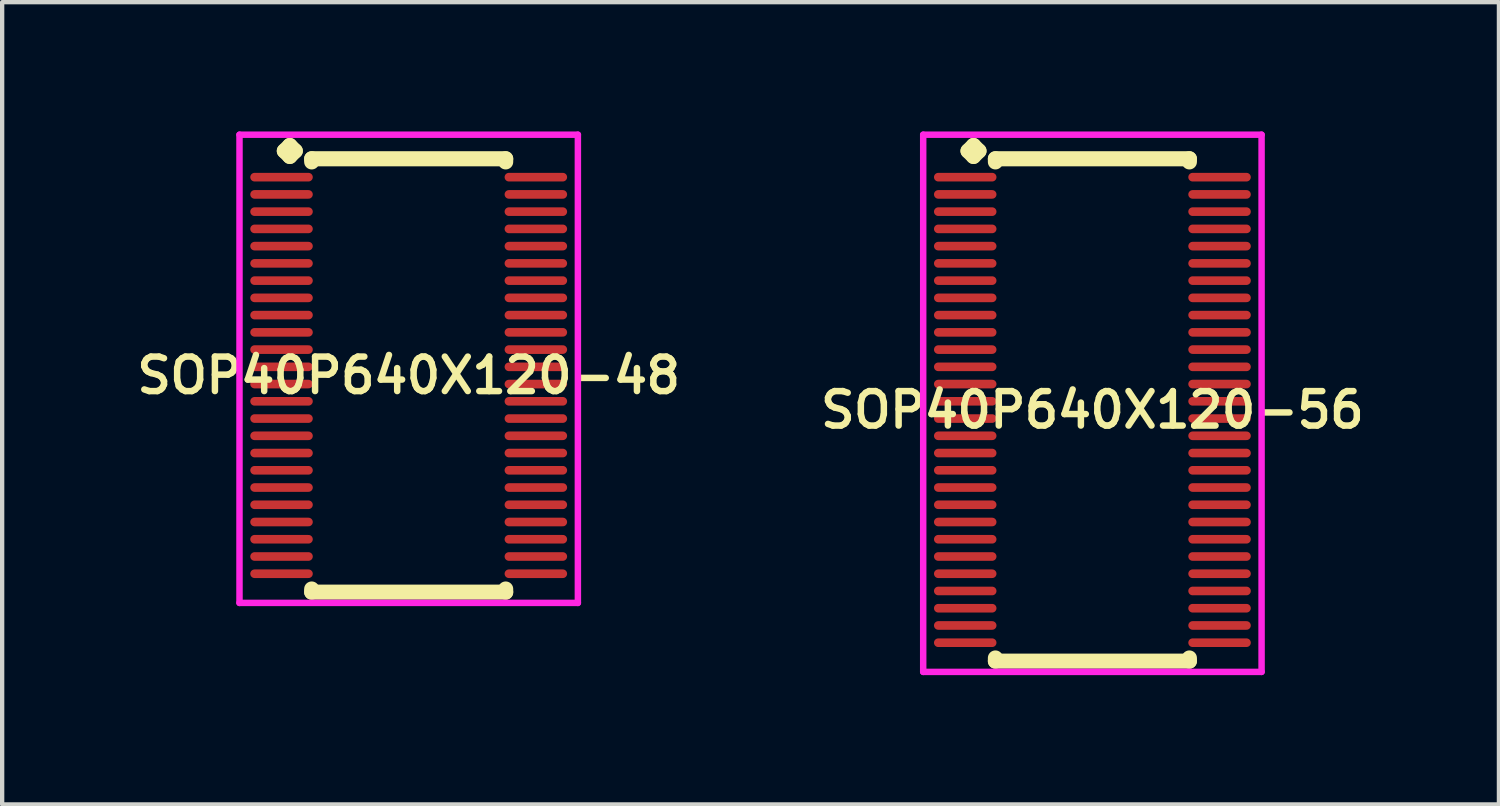
<source format=kicad_pcb>
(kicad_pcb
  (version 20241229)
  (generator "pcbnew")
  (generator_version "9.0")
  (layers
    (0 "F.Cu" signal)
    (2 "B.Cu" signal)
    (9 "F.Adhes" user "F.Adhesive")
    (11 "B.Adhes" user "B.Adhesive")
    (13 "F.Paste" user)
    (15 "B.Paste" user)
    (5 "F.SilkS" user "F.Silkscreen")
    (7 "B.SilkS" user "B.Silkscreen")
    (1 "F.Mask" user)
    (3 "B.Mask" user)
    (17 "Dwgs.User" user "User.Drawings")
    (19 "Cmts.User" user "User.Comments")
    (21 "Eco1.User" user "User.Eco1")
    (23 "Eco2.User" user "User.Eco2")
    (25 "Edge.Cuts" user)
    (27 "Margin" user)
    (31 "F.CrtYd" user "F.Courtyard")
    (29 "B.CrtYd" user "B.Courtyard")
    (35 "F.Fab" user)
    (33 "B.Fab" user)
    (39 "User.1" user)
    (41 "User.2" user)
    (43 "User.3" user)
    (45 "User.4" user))
  (footprint "SOP40P640X120-48"
    (layer "F.Cu")
    (at 6.431 5.66)
    (property "Reference" "SOP40P640X120-48" (at 0 0 0) (layer "F.SilkS") (effects (font (size 0.8 0.8) (thickness 0.15))))
    (attr smd)
    (fp_line (start -2.885 -5.208) (end -2.758 -5.335) (stroke (width 0.35) (type solid)) (layer "F.SilkS"))
    (fp_line (start -2.758 -5.335) (end -2.631 -5.208) (stroke (width 0.35) (type solid)) (layer "F.SilkS"))
    (fp_line (start -2.758 -5.081) (end -2.885 -5.208) (stroke (width 0.35) (type solid)) (layer "F.SilkS"))
    (fp_line (start -2.631 -5.208) (end -2.758 -5.081) (stroke (width 0.35) (type solid)) (layer "F.SilkS"))
    (fp_line (start -2.25 -5.027) (end 2.25 -5.027) (stroke (width 0.35) (type solid)) (layer "F.SilkS"))
    (fp_line (start -2.25 -4.954) (end -2.25 -5.027) (stroke (width 0.35) (type solid)) (layer "F.SilkS"))
    (fp_line (start -2.25 4.954) (end -2.25 5.027) (stroke (width 0.35) (type solid)) (layer "F.SilkS"))
    (fp_line (start -2.25 5.027) (end 2.25 5.027) (stroke (width 0.35) (type solid)) (layer "F.SilkS"))
    (fp_line (start 2.25 -5.027) (end 2.25 -4.954) (stroke (width 0.35) (type solid)) (layer "F.SilkS"))
    (fp_line (start 2.25 5.027) (end 2.25 4.954) (stroke (width 0.35) (type solid)) (layer "F.SilkS"))
    (fp_line (start -3.925 -5.585) (end 3.925 -5.585) (stroke (width 0.15) (type solid)) (layer "F.CrtYd"))
    (fp_line (start -3.925 5.277) (end -3.925 -5.585) (stroke (width 0.15) (type solid)) (layer "F.CrtYd"))
    (fp_line (start 3.925 -5.585) (end 3.925 5.277) (stroke (width 0.15) (type solid)) (layer "F.CrtYd"))
    (fp_line (start 3.925 5.277) (end -3.925 5.277) (stroke (width 0.15) (type solid)) (layer "F.CrtYd"))
    (pad "1" smd oval (at -2.95 -4.6) (size 1.45 0.2) (layers "F.Cu" "F.Mask" "F.Paste"))
    (pad "2" smd oval (at -2.95 -4.2) (size 1.45 0.2) (layers "F.Cu" "F.Mask" "F.Paste"))
    (pad "3" smd oval (at -2.95 -3.8) (size 1.45 0.2) (layers "F.Cu" "F.Mask" "F.Paste"))
    (pad "4" smd oval (at -2.95 -3.4) (size 1.45 0.2) (layers "F.Cu" "F.Mask" "F.Paste"))
    (pad "5" smd oval (at -2.95 -3) (size 1.45 0.2) (layers "F.Cu" "F.Mask" "F.Paste"))
    (pad "6" smd oval (at -2.95 -2.6) (size 1.45 0.2) (layers "F.Cu" "F.Mask" "F.Paste"))
    (pad "7" smd oval (at -2.95 -2.2) (size 1.45 0.2) (layers "F.Cu" "F.Mask" "F.Paste"))
    (pad "8" smd oval (at -2.95 -1.8) (size 1.45 0.2) (layers "F.Cu" "F.Mask" "F.Paste"))
    (pad "9" smd oval (at -2.95 -1.4) (size 1.45 0.2) (layers "F.Cu" "F.Mask" "F.Paste"))
    (pad "10" smd oval (at -2.95 -1) (size 1.45 0.2) (layers "F.Cu" "F.Mask" "F.Paste"))
    (pad "11" smd oval (at -2.95 -0.6) (size 1.45 0.2) (layers "F.Cu" "F.Mask" "F.Paste"))
    (pad "12" smd oval (at -2.95 -0.2) (size 1.45 0.2) (layers "F.Cu" "F.Mask" "F.Paste"))
    (pad "13" smd oval (at -2.95 0.2) (size 1.45 0.2) (layers "F.Cu" "F.Mask" "F.Paste"))
    (pad "14" smd oval (at -2.95 0.6) (size 1.45 0.2) (layers "F.Cu" "F.Mask" "F.Paste"))
    (pad "15" smd oval (at -2.95 1) (size 1.45 0.2) (layers "F.Cu" "F.Mask" "F.Paste"))
    (pad "16" smd oval (at -2.95 1.4) (size 1.45 0.2) (layers "F.Cu" "F.Mask" "F.Paste"))
    (pad "17" smd oval (at -2.95 1.8) (size 1.45 0.2) (layers "F.Cu" "F.Mask" "F.Paste"))
    (pad "18" smd oval (at -2.95 2.2) (size 1.45 0.2) (layers "F.Cu" "F.Mask" "F.Paste"))
    (pad "19" smd oval (at -2.95 2.6) (size 1.45 0.2) (layers "F.Cu" "F.Mask" "F.Paste"))
    (pad "20" smd oval (at -2.95 3) (size 1.45 0.2) (layers "F.Cu" "F.Mask" "F.Paste"))
    (pad "21" smd oval (at -2.95 3.4) (size 1.45 0.2) (layers "F.Cu" "F.Mask" "F.Paste"))
    (pad "22" smd oval (at -2.95 3.8) (size 1.45 0.2) (layers "F.Cu" "F.Mask" "F.Paste"))
    (pad "23" smd oval (at -2.95 4.2) (size 1.45 0.2) (layers "F.Cu" "F.Mask" "F.Paste"))
    (pad "24" smd oval (at -2.95 4.6) (size 1.45 0.2) (layers "F.Cu" "F.Mask" "F.Paste"))
    (pad "25" smd oval (at 2.95 4.6) (size 1.45 0.2) (layers "F.Cu" "F.Mask" "F.Paste"))
    (pad "26" smd oval (at 2.95 4.2) (size 1.45 0.2) (layers "F.Cu" "F.Mask" "F.Paste"))
    (pad "27" smd oval (at 2.95 3.8) (size 1.45 0.2) (layers "F.Cu" "F.Mask" "F.Paste"))
    (pad "28" smd oval (at 2.95 3.4) (size 1.45 0.2) (layers "F.Cu" "F.Mask" "F.Paste"))
    (pad "29" smd oval (at 2.95 3) (size 1.45 0.2) (layers "F.Cu" "F.Mask" "F.Paste"))
    (pad "30" smd oval (at 2.95 2.6) (size 1.45 0.2) (layers "F.Cu" "F.Mask" "F.Paste"))
    (pad "31" smd oval (at 2.95 2.2) (size 1.45 0.2) (layers "F.Cu" "F.Mask" "F.Paste"))
    (pad "32" smd oval (at 2.95 1.8) (size 1.45 0.2) (layers "F.Cu" "F.Mask" "F.Paste"))
    (pad "33" smd oval (at 2.95 1.4) (size 1.45 0.2) (layers "F.Cu" "F.Mask" "F.Paste"))
    (pad "34" smd oval (at 2.95 1) (size 1.45 0.2) (layers "F.Cu" "F.Mask" "F.Paste"))
    (pad "35" smd oval (at 2.95 0.6) (size 1.45 0.2) (layers "F.Cu" "F.Mask" "F.Paste"))
    (pad "36" smd oval (at 2.95 0.2) (size 1.45 0.2) (layers "F.Cu" "F.Mask" "F.Paste"))
    (pad "37" smd oval (at 2.95 -0.2) (size 1.45 0.2) (layers "F.Cu" "F.Mask" "F.Paste"))
    (pad "38" smd oval (at 2.95 -0.6) (size 1.45 0.2) (layers "F.Cu" "F.Mask" "F.Paste"))
    (pad "39" smd oval (at 2.95 -1) (size 1.45 0.2) (layers "F.Cu" "F.Mask" "F.Paste"))
    (pad "40" smd oval (at 2.95 -1.4) (size 1.45 0.2) (layers "F.Cu" "F.Mask" "F.Paste"))
    (pad "41" smd oval (at 2.95 -1.8) (size 1.45 0.2) (layers "F.Cu" "F.Mask" "F.Paste"))
    (pad "42" smd oval (at 2.95 -2.2) (size 1.45 0.2) (layers "F.Cu" "F.Mask" "F.Paste"))
    (pad "43" smd oval (at 2.95 -2.6) (size 1.45 0.2) (layers "F.Cu" "F.Mask" "F.Paste"))
    (pad "44" smd oval (at 2.95 -3) (size 1.45 0.2) (layers "F.Cu" "F.Mask" "F.Paste"))
    (pad "45" smd oval (at 2.95 -3.4) (size 1.45 0.2) (layers "F.Cu" "F.Mask" "F.Paste"))
    (pad "46" smd oval (at 2.95 -3.8) (size 1.45 0.2) (layers "F.Cu" "F.Mask" "F.Paste"))
    (pad "47" smd oval (at 2.95 -4.2) (size 1.45 0.2) (layers "F.Cu" "F.Mask" "F.Paste"))
    (pad "48" smd oval (at 2.95 -4.6) (size 1.45 0.2) (layers "F.Cu" "F.Mask" "F.Paste")))
  (footprint "SOP40P640X120-56"
    (layer "F.Cu")
    (at 22.292 6.46)
    (property "Reference" "SOP40P640X120-56" (at 0 0 0) (layer "F.SilkS") (effects (font (size 0.8 0.8) (thickness 0.15))))
    (attr smd)
    (fp_line (start -2.885 -6.008) (end -2.758 -6.135) (stroke (width 0.35) (type solid)) (layer "F.SilkS"))
    (fp_line (start -2.758 -6.135) (end -2.631 -6.008) (stroke (width 0.35) (type solid)) (layer "F.SilkS"))
    (fp_line (start -2.758 -5.881) (end -2.885 -6.008) (stroke (width 0.35) (type solid)) (layer "F.SilkS"))
    (fp_line (start -2.631 -6.008) (end -2.758 -5.881) (stroke (width 0.35) (type solid)) (layer "F.SilkS"))
    (fp_line (start -2.25 -5.827) (end 2.25 -5.827) (stroke (width 0.35) (type solid)) (layer "F.SilkS"))
    (fp_line (start -2.25 -5.754) (end -2.25 -5.827) (stroke (width 0.35) (type solid)) (layer "F.SilkS"))
    (fp_line (start -2.25 5.754) (end -2.25 5.827) (stroke (width 0.35) (type solid)) (layer "F.SilkS"))
    (fp_line (start -2.25 5.827) (end 2.25 5.827) (stroke (width 0.35) (type solid)) (layer "F.SilkS"))
    (fp_line (start 2.25 -5.827) (end 2.25 -5.754) (stroke (width 0.35) (type solid)) (layer "F.SilkS"))
    (fp_line (start 2.25 5.827) (end 2.25 5.754) (stroke (width 0.35) (type solid)) (layer "F.SilkS"))
    (fp_line (start -3.925 -6.385) (end 3.925 -6.385) (stroke (width 0.15) (type solid)) (layer "F.CrtYd"))
    (fp_line (start -3.925 6.077) (end -3.925 -6.385) (stroke (width 0.15) (type solid)) (layer "F.CrtYd"))
    (fp_line (start 3.925 -6.385) (end 3.925 6.077) (stroke (width 0.15) (type solid)) (layer "F.CrtYd"))
    (fp_line (start 3.925 6.077) (end -3.925 6.077) (stroke (width 0.15) (type solid)) (layer "F.CrtYd"))
    (pad "1" smd oval (at -2.95 -5.4) (size 1.45 0.2) (layers "F.Cu" "F.Mask" "F.Paste"))
    (pad "2" smd oval (at -2.95 -5) (size 1.45 0.2) (layers "F.Cu" "F.Mask" "F.Paste"))
    (pad "3" smd oval (at -2.95 -4.6) (size 1.45 0.2) (layers "F.Cu" "F.Mask" "F.Paste"))
    (pad "4" smd oval (at -2.95 -4.2) (size 1.45 0.2) (layers "F.Cu" "F.Mask" "F.Paste"))
    (pad "5" smd oval (at -2.95 -3.8) (size 1.45 0.2) (layers "F.Cu" "F.Mask" "F.Paste"))
    (pad "6" smd oval (at -2.95 -3.4) (size 1.45 0.2) (layers "F.Cu" "F.Mask" "F.Paste"))
    (pad "7" smd oval (at -2.95 -3) (size 1.45 0.2) (layers "F.Cu" "F.Mask" "F.Paste"))
    (pad "8" smd oval (at -2.95 -2.6) (size 1.45 0.2) (layers "F.Cu" "F.Mask" "F.Paste"))
    (pad "9" smd oval (at -2.95 -2.2) (size 1.45 0.2) (layers "F.Cu" "F.Mask" "F.Paste"))
    (pad "10" smd oval (at -2.95 -1.8) (size 1.45 0.2) (layers "F.Cu" "F.Mask" "F.Paste"))
    (pad "11" smd oval (at -2.95 -1.4) (size 1.45 0.2) (layers "F.Cu" "F.Mask" "F.Paste"))
    (pad "12" smd oval (at -2.95 -1) (size 1.45 0.2) (layers "F.Cu" "F.Mask" "F.Paste"))
    (pad "13" smd oval (at -2.95 -0.6) (size 1.45 0.2) (layers "F.Cu" "F.Mask" "F.Paste"))
    (pad "14" smd oval (at -2.95 -0.2) (size 1.45 0.2) (layers "F.Cu" "F.Mask" "F.Paste"))
    (pad "15" smd oval (at -2.95 0.2) (size 1.45 0.2) (layers "F.Cu" "F.Mask" "F.Paste"))
    (pad "16" smd oval (at -2.95 0.6) (size 1.45 0.2) (layers "F.Cu" "F.Mask" "F.Paste"))
    (pad "17" smd oval (at -2.95 1) (size 1.45 0.2) (layers "F.Cu" "F.Mask" "F.Paste"))
    (pad "18" smd oval (at -2.95 1.4) (size 1.45 0.2) (layers "F.Cu" "F.Mask" "F.Paste"))
    (pad "19" smd oval (at -2.95 1.8) (size 1.45 0.2) (layers "F.Cu" "F.Mask" "F.Paste"))
    (pad "20" smd oval (at -2.95 2.2) (size 1.45 0.2) (layers "F.Cu" "F.Mask" "F.Paste"))
    (pad "21" smd oval (at -2.95 2.6) (size 1.45 0.2) (layers "F.Cu" "F.Mask" "F.Paste"))
    (pad "22" smd oval (at -2.95 3) (size 1.45 0.2) (layers "F.Cu" "F.Mask" "F.Paste"))
    (pad "23" smd oval (at -2.95 3.4) (size 1.45 0.2) (layers "F.Cu" "F.Mask" "F.Paste"))
    (pad "24" smd oval (at -2.95 3.8) (size 1.45 0.2) (layers "F.Cu" "F.Mask" "F.Paste"))
    (pad "25" smd oval (at -2.95 4.2) (size 1.45 0.2) (layers "F.Cu" "F.Mask" "F.Paste"))
    (pad "26" smd oval (at -2.95 4.6) (size 1.45 0.2) (layers "F.Cu" "F.Mask" "F.Paste"))
    (pad "27" smd oval (at -2.95 5) (size 1.45 0.2) (layers "F.Cu" "F.Mask" "F.Paste"))
    (pad "28" smd oval (at -2.95 5.4) (size 1.45 0.2) (layers "F.Cu" "F.Mask" "F.Paste"))
    (pad "29" smd oval (at 2.95 5.4) (size 1.45 0.2) (layers "F.Cu" "F.Mask" "F.Paste"))
    (pad "30" smd oval (at 2.95 5) (size 1.45 0.2) (layers "F.Cu" "F.Mask" "F.Paste"))
    (pad "31" smd oval (at 2.95 4.6) (size 1.45 0.2) (layers "F.Cu" "F.Mask" "F.Paste"))
    (pad "32" smd oval (at 2.95 4.2) (size 1.45 0.2) (layers "F.Cu" "F.Mask" "F.Paste"))
    (pad "33" smd oval (at 2.95 3.8) (size 1.45 0.2) (layers "F.Cu" "F.Mask" "F.Paste"))
    (pad "34" smd oval (at 2.95 3.4) (size 1.45 0.2) (layers "F.Cu" "F.Mask" "F.Paste"))
    (pad "35" smd oval (at 2.95 3) (size 1.45 0.2) (layers "F.Cu" "F.Mask" "F.Paste"))
    (pad "36" smd oval (at 2.95 2.6) (size 1.45 0.2) (layers "F.Cu" "F.Mask" "F.Paste"))
    (pad "37" smd oval (at 2.95 2.2) (size 1.45 0.2) (layers "F.Cu" "F.Mask" "F.Paste"))
    (pad "38" smd oval (at 2.95 1.8) (size 1.45 0.2) (layers "F.Cu" "F.Mask" "F.Paste"))
    (pad "39" smd oval (at 2.95 1.4) (size 1.45 0.2) (layers "F.Cu" "F.Mask" "F.Paste"))
    (pad "40" smd oval (at 2.95 1) (size 1.45 0.2) (layers "F.Cu" "F.Mask" "F.Paste"))
    (pad "41" smd oval (at 2.95 0.6) (size 1.45 0.2) (layers "F.Cu" "F.Mask" "F.Paste"))
    (pad "42" smd oval (at 2.95 0.2) (size 1.45 0.2) (layers "F.Cu" "F.Mask" "F.Paste"))
    (pad "43" smd oval (at 2.95 -0.2) (size 1.45 0.2) (layers "F.Cu" "F.Mask" "F.Paste"))
    (pad "44" smd oval (at 2.95 -0.6) (size 1.45 0.2) (layers "F.Cu" "F.Mask" "F.Paste"))
    (pad "45" smd oval (at 2.95 -1) (size 1.45 0.2) (layers "F.Cu" "F.Mask" "F.Paste"))
    (pad "46" smd oval (at 2.95 -1.4) (size 1.45 0.2) (layers "F.Cu" "F.Mask" "F.Paste"))
    (pad "47" smd oval (at 2.95 -1.8) (size 1.45 0.2) (layers "F.Cu" "F.Mask" "F.Paste"))
    (pad "48" smd oval (at 2.95 -2.2) (size 1.45 0.2) (layers "F.Cu" "F.Mask" "F.Paste"))
    (pad "49" smd oval (at 2.95 -2.6) (size 1.45 0.2) (layers "F.Cu" "F.Mask" "F.Paste"))
    (pad "50" smd oval (at 2.95 -3) (size 1.45 0.2) (layers "F.Cu" "F.Mask" "F.Paste"))
    (pad "51" smd oval (at 2.95 -3.4) (size 1.45 0.2) (layers "F.Cu" "F.Mask" "F.Paste"))
    (pad "52" smd oval (at 2.95 -3.8) (size 1.45 0.2) (layers "F.Cu" "F.Mask" "F.Paste"))
    (pad "53" smd oval (at 2.95 -4.2) (size 1.45 0.2) (layers "F.Cu" "F.Mask" "F.Paste"))
    (pad "54" smd oval (at 2.95 -4.6) (size 1.45 0.2) (layers "F.Cu" "F.Mask" "F.Paste"))
    (pad "55" smd oval (at 2.95 -5) (size 1.45 0.2) (layers "F.Cu" "F.Mask" "F.Paste"))
    (pad "56" smd oval (at 2.95 -5.4) (size 1.45 0.2) (layers "F.Cu" "F.Mask" "F.Paste")))
  (gr_rect
    (start -3 -3)
    (end 31.723 15.612)
    (stroke (width 0.1) (type default))
    (fill no)
    (layer "Edge.Cuts")))
</source>
